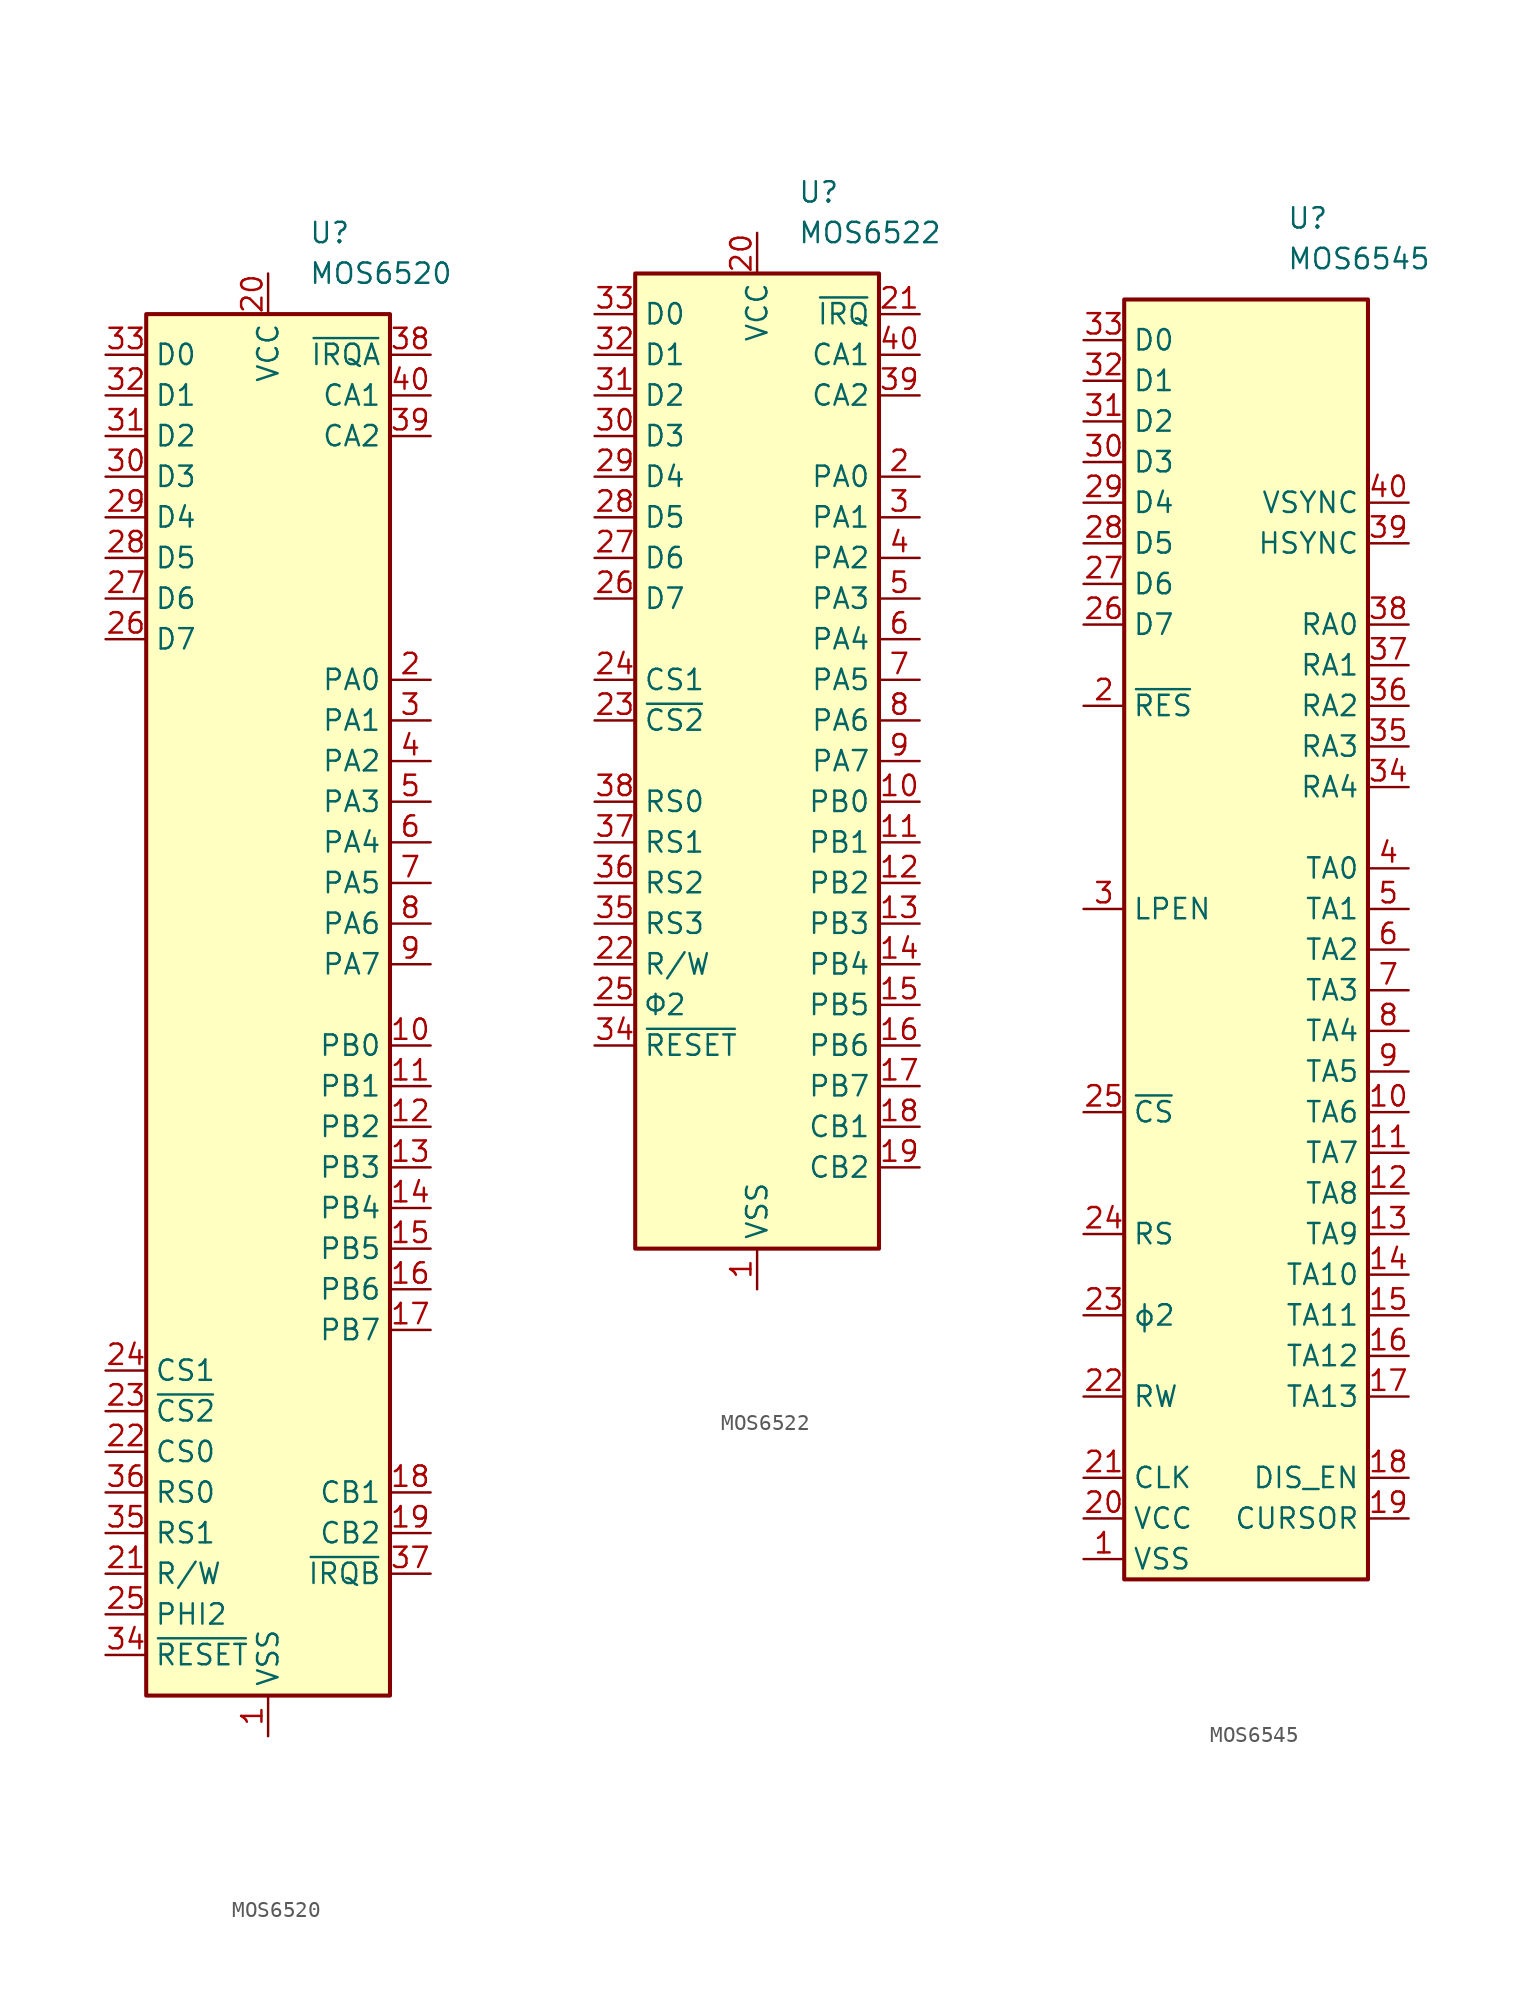
<source format=kicad_sym>
(kicad_symbol_lib
  (version 20220914)
  (generator kicad_symbol_editor)
  (symbol "MOS6520"
    (property "Reference" "U"
      (at 2.54 40.64 0)
      (effects (font (size 1.27 1.27)) (justify left)))
    (property "Value" "MOS6520"
      (at 2.54 38.1 0)
      (effects (font (size 1.27 1.27)) (justify left)))
    (symbol "MOS6520_0_1"
      (rectangle (start -7.62 35.56) (end 7.62 -50.8) (stroke (width 0.254) (type default)) (fill (type background))))
    (symbol "MOS6520_1_1"
      (pin power_in line (at 0 -53.34 90) (length 2.54) (name "VSS" (effects (font (size 1.27 1.27)))) (number "1" (effects (font (size 1.27 1.27)))))
      (pin output line (at 10.16 -10.16 180) (length 2.54) (name "PB0" (effects (font (size 1.27 1.27)))) (number "10" (effects (font (size 1.27 1.27)))))
      (pin output line (at 10.16 -12.7 180) (length 2.54) (name "PB1" (effects (font (size 1.27 1.27)))) (number "11" (effects (font (size 1.27 1.27)))))
      (pin output line (at 10.16 -15.24 180) (length 2.54) (name "PB2" (effects (font (size 1.27 1.27)))) (number "12" (effects (font (size 1.27 1.27)))))
      (pin output line (at 10.16 -17.78 180) (length 2.54) (name "PB3" (effects (font (size 1.27 1.27)))) (number "13" (effects (font (size 1.27 1.27)))))
      (pin output line (at 10.16 -20.32 180) (length 2.54) (name "PB4" (effects (font (size 1.27 1.27)))) (number "14" (effects (font (size 1.27 1.27)))))
      (pin output line (at 10.16 -22.86 180) (length 2.54) (name "PB5" (effects (font (size 1.27 1.27)))) (number "15" (effects (font (size 1.27 1.27)))))
      (pin output line (at 10.16 -25.4 180) (length 2.54) (name "PB6" (effects (font (size 1.27 1.27)))) (number "16" (effects (font (size 1.27 1.27)))))
      (pin output line (at 10.16 -27.94 180) (length 2.54) (name "PB7" (effects (font (size 1.27 1.27)))) (number "17" (effects (font (size 1.27 1.27)))))
      (pin output line (at 10.16 -38.1 180) (length 2.54) (name "CB1" (effects (font (size 1.27 1.27)))) (number "18" (effects (font (size 1.27 1.27)))))
      (pin output line (at 10.16 -40.64 180) (length 2.54) (name "CB2" (effects (font (size 1.27 1.27)))) (number "19" (effects (font (size 1.27 1.27)))))
      (pin output line (at 10.16 12.7 180) (length 2.54) (name "PA0" (effects (font (size 1.27 1.27)))) (number "2" (effects (font (size 1.27 1.27)))))
      (pin power_in line (at 0 38.1 270) (length 2.54) (name "VCC" (effects (font (size 1.27 1.27)))) (number "20" (effects (font (size 1.27 1.27)))))
      (pin output line (at -10.16 -43.18 0) (length 2.54) (name "R/W" (effects (font (size 1.27 1.27)))) (number "21" (effects (font (size 1.27 1.27)))))
      (pin input line (at -10.16 -35.56 0) (length 2.54) (name "CS0" (effects (font (size 1.27 1.27)))) (number "22" (effects (font (size 1.27 1.27)))))
      (pin input line (at -10.16 -33.02 0) (length 2.54) (name "~{CS2}" (effects (font (size 1.27 1.27)))) (number "23" (effects (font (size 1.27 1.27)))))
      (pin input line (at -10.16 -30.48 0) (length 2.54) (name "CS1" (effects (font (size 1.27 1.27)))) (number "24" (effects (font (size 1.27 1.27)))))
      (pin output line (at -10.16 -45.72 0) (length 2.54) (name "PHI2" (effects (font (size 1.27 1.27)))) (number "25" (effects (font (size 1.27 1.27)))))
      (pin bidirectional line (at -10.16 15.24 0) (length 2.54) (name "D7" (effects (font (size 1.27 1.27)))) (number "26" (effects (font (size 1.27 1.27)))))
      (pin bidirectional line (at -10.16 17.78 0) (length 2.54) (name "D6" (effects (font (size 1.27 1.27)))) (number "27" (effects (font (size 1.27 1.27)))))
      (pin bidirectional line (at -10.16 20.32 0) (length 2.54) (name "D5" (effects (font (size 1.27 1.27)))) (number "28" (effects (font (size 1.27 1.27)))))
      (pin bidirectional line (at -10.16 22.86 0) (length 2.54) (name "D4" (effects (font (size 1.27 1.27)))) (number "29" (effects (font (size 1.27 1.27)))))
      (pin output line (at 10.16 10.16 180) (length 2.54) (name "PA1" (effects (font (size 1.27 1.27)))) (number "3" (effects (font (size 1.27 1.27)))))
      (pin bidirectional line (at -10.16 25.4 0) (length 2.54) (name "D3" (effects (font (size 1.27 1.27)))) (number "30" (effects (font (size 1.27 1.27)))))
      (pin bidirectional line (at -10.16 27.94 0) (length 2.54) (name "D2" (effects (font (size 1.27 1.27)))) (number "31" (effects (font (size 1.27 1.27)))))
      (pin bidirectional line (at -10.16 30.48 0) (length 2.54) (name "D1" (effects (font (size 1.27 1.27)))) (number "32" (effects (font (size 1.27 1.27)))))
      (pin bidirectional line (at -10.16 33.02 0) (length 2.54) (name "D0" (effects (font (size 1.27 1.27)))) (number "33" (effects (font (size 1.27 1.27)))))
      (pin output line (at -10.16 -48.26 0) (length 2.54) (name "~{RESET}" (effects (font (size 1.27 1.27)))) (number "34" (effects (font (size 1.27 1.27)))))
      (pin output line (at -10.16 -40.64 0) (length 2.54) (name "RS1" (effects (font (size 1.27 1.27)))) (number "35" (effects (font (size 1.27 1.27)))))
      (pin input line (at -10.16 -38.1 0) (length 2.54) (name "RS0" (effects (font (size 1.27 1.27)))) (number "36" (effects (font (size 1.27 1.27)))))
      (pin output line (at 10.16 -43.18 180) (length 2.54) (name "~{IRQB}" (effects (font (size 1.27 1.27)))) (number "37" (effects (font (size 1.27 1.27)))))
      (pin output line (at 10.16 33.02 180) (length 2.54) (name "~{IRQA}" (effects (font (size 1.27 1.27)))) (number "38" (effects (font (size 1.27 1.27)))))
      (pin output line (at 10.16 27.94 180) (length 2.54) (name "CA2" (effects (font (size 1.27 1.27)))) (number "39" (effects (font (size 1.27 1.27)))))
      (pin output line (at 10.16 7.62 180) (length 2.54) (name "PA2" (effects (font (size 1.27 1.27)))) (number "4" (effects (font (size 1.27 1.27)))))
      (pin output line (at 10.16 30.48 180) (length 2.54) (name "CA1" (effects (font (size 1.27 1.27)))) (number "40" (effects (font (size 1.27 1.27)))))
      (pin output line (at 10.16 5.08 180) (length 2.54) (name "PA3" (effects (font (size 1.27 1.27)))) (number "5" (effects (font (size 1.27 1.27)))))
      (pin output line (at 10.16 2.54 180) (length 2.54) (name "PA4" (effects (font (size 1.27 1.27)))) (number "6" (effects (font (size 1.27 1.27)))))
      (pin output line (at 10.16 0 180) (length 2.54) (name "PA5" (effects (font (size 1.27 1.27)))) (number "7" (effects (font (size 1.27 1.27)))))
      (pin output line (at 10.16 -2.54 180) (length 2.54) (name "PA6" (effects (font (size 1.27 1.27)))) (number "8" (effects (font (size 1.27 1.27)))))
      (pin output line (at 10.16 -5.08 180) (length 2.54) (name "PA7" (effects (font (size 1.27 1.27)))) (number "9" (effects (font (size 1.27 1.27)))))))
  (symbol "MOS6522"
    (property "Reference" "U"
      (at 2.54 40.64 0)
      (effects (font (size 1.27 1.27)) (justify left)))
    (property "Value" "MOS6522"
      (at 2.54 38.1 0)
      (effects (font (size 1.27 1.27)) (justify left)))
    (symbol "MOS6522_0_1"
      (rectangle (start -7.62 35.56) (end 7.62 -25.4) (stroke (width 0.254) (type default)) (fill (type background))))
    (symbol "MOS6522_1_1"
      (pin power_in line (at 0 -27.94 90) (length 2.54) (name "VSS" (effects (font (size 1.27 1.27)))) (number "1" (effects (font (size 1.27 1.27)))))
      (pin output line (at 10.16 2.54 180) (length 2.54) (name "PB0" (effects (font (size 1.27 1.27)))) (number "10" (effects (font (size 1.27 1.27)))))
      (pin output line (at 10.16 0 180) (length 2.54) (name "PB1" (effects (font (size 1.27 1.27)))) (number "11" (effects (font (size 1.27 1.27)))))
      (pin output line (at 10.16 -2.54 180) (length 2.54) (name "PB2" (effects (font (size 1.27 1.27)))) (number "12" (effects (font (size 1.27 1.27)))))
      (pin output line (at 10.16 -5.08 180) (length 2.54) (name "PB3" (effects (font (size 1.27 1.27)))) (number "13" (effects (font (size 1.27 1.27)))))
      (pin output line (at 10.16 -7.62 180) (length 2.54) (name "PB4" (effects (font (size 1.27 1.27)))) (number "14" (effects (font (size 1.27 1.27)))))
      (pin output line (at 10.16 -10.16 180) (length 2.54) (name "PB5" (effects (font (size 1.27 1.27)))) (number "15" (effects (font (size 1.27 1.27)))))
      (pin output line (at 10.16 -12.7 180) (length 2.54) (name "PB6" (effects (font (size 1.27 1.27)))) (number "16" (effects (font (size 1.27 1.27)))))
      (pin output line (at 10.16 -15.24 180) (length 2.54) (name "PB7" (effects (font (size 1.27 1.27)))) (number "17" (effects (font (size 1.27 1.27)))))
      (pin output line (at 10.16 -17.78 180) (length 2.54) (name "CB1" (effects (font (size 1.27 1.27)))) (number "18" (effects (font (size 1.27 1.27)))))
      (pin output line (at 10.16 -20.32 180) (length 2.54) (name "CB2" (effects (font (size 1.27 1.27)))) (number "19" (effects (font (size 1.27 1.27)))))
      (pin output line (at 10.16 22.86 180) (length 2.54) (name "PA0" (effects (font (size 1.27 1.27)))) (number "2" (effects (font (size 1.27 1.27)))))
      (pin power_in line (at 0 38.1 270) (length 2.54) (name "VCC" (effects (font (size 1.27 1.27)))) (number "20" (effects (font (size 1.27 1.27)))))
      (pin output line (at 10.16 33.02 180) (length 2.54) (name "~{IRQ}" (effects (font (size 1.27 1.27)))) (number "21" (effects (font (size 1.27 1.27)))))
      (pin input line (at -10.16 -7.62 0) (length 2.54) (name "R/W" (effects (font (size 1.27 1.27)))) (number "22" (effects (font (size 1.27 1.27)))))
      (pin input line (at -10.16 7.62 0) (length 2.54) (name "~{CS2}" (effects (font (size 1.27 1.27)))) (number "23" (effects (font (size 1.27 1.27)))))
      (pin input line (at -10.16 10.16 0) (length 2.54) (name "CS1" (effects (font (size 1.27 1.27)))) (number "24" (effects (font (size 1.27 1.27)))))
      (pin input line (at -10.16 -10.16 0) (length 2.54) (name "Φ2" (effects (font (size 1.27 1.27)))) (number "25" (effects (font (size 1.27 1.27)))))
      (pin bidirectional line (at -10.16 15.24 0) (length 2.54) (name "D7" (effects (font (size 1.27 1.27)))) (number "26" (effects (font (size 1.27 1.27)))))
      (pin bidirectional line (at -10.16 17.78 0) (length 2.54) (name "D6" (effects (font (size 1.27 1.27)))) (number "27" (effects (font (size 1.27 1.27)))))
      (pin bidirectional line (at -10.16 20.32 0) (length 2.54) (name "D5" (effects (font (size 1.27 1.27)))) (number "28" (effects (font (size 1.27 1.27)))))
      (pin bidirectional line (at -10.16 22.86 0) (length 2.54) (name "D4" (effects (font (size 1.27 1.27)))) (number "29" (effects (font (size 1.27 1.27)))))
      (pin output line (at 10.16 20.32 180) (length 2.54) (name "PA1" (effects (font (size 1.27 1.27)))) (number "3" (effects (font (size 1.27 1.27)))))
      (pin bidirectional line (at -10.16 25.4 0) (length 2.54) (name "D3" (effects (font (size 1.27 1.27)))) (number "30" (effects (font (size 1.27 1.27)))))
      (pin bidirectional line (at -10.16 27.94 0) (length 2.54) (name "D2" (effects (font (size 1.27 1.27)))) (number "31" (effects (font (size 1.27 1.27)))))
      (pin bidirectional line (at -10.16 30.48 0) (length 2.54) (name "D1" (effects (font (size 1.27 1.27)))) (number "32" (effects (font (size 1.27 1.27)))))
      (pin bidirectional line (at -10.16 33.02 0) (length 2.54) (name "D0" (effects (font (size 1.27 1.27)))) (number "33" (effects (font (size 1.27 1.27)))))
      (pin output line (at -10.16 -12.7 0) (length 2.54) (name "~{RESET}" (effects (font (size 1.27 1.27)))) (number "34" (effects (font (size 1.27 1.27)))))
      (pin output line (at -10.16 -5.08 0) (length 2.54) (name "RS3" (effects (font (size 1.27 1.27)))) (number "35" (effects (font (size 1.27 1.27)))))
      (pin output line (at -10.16 -2.54 0) (length 2.54) (name "RS2" (effects (font (size 1.27 1.27)))) (number "36" (effects (font (size 1.27 1.27)))))
      (pin output line (at -10.16 0 0) (length 2.54) (name "RS1" (effects (font (size 1.27 1.27)))) (number "37" (effects (font (size 1.27 1.27)))))
      (pin input line (at -10.16 2.54 0) (length 2.54) (name "RS0" (effects (font (size 1.27 1.27)))) (number "38" (effects (font (size 1.27 1.27)))))
      (pin output line (at 10.16 27.94 180) (length 2.54) (name "CA2" (effects (font (size 1.27 1.27)))) (number "39" (effects (font (size 1.27 1.27)))))
      (pin output line (at 10.16 17.78 180) (length 2.54) (name "PA2" (effects (font (size 1.27 1.27)))) (number "4" (effects (font (size 1.27 1.27)))))
      (pin output line (at 10.16 30.48 180) (length 2.54) (name "CA1" (effects (font (size 1.27 1.27)))) (number "40" (effects (font (size 1.27 1.27)))))
      (pin output line (at 10.16 15.24 180) (length 2.54) (name "PA3" (effects (font (size 1.27 1.27)))) (number "5" (effects (font (size 1.27 1.27)))))
      (pin output line (at 10.16 12.7 180) (length 2.54) (name "PA4" (effects (font (size 1.27 1.27)))) (number "6" (effects (font (size 1.27 1.27)))))
      (pin output line (at 10.16 10.16 180) (length 2.54) (name "PA5" (effects (font (size 1.27 1.27)))) (number "7" (effects (font (size 1.27 1.27)))))
      (pin output line (at 10.16 7.62 180) (length 2.54) (name "PA6" (effects (font (size 1.27 1.27)))) (number "8" (effects (font (size 1.27 1.27)))))
      (pin output line (at 10.16 5.08 180) (length 2.54) (name "PA7" (effects (font (size 1.27 1.27)))) (number "9" (effects (font (size 1.27 1.27)))))))
  (symbol "MOS6545"
    (property "Reference" "U"
      (at 2.54 40.64 0)
      (effects (font (size 1.27 1.27)) (justify left)))
    (property "Value" "MOS6545"
      (at 2.54 38.1 0)
      (effects (font (size 1.27 1.27)) (justify left)))
    (symbol "MOS6545_0_1"
      (rectangle (start -7.62 35.56) (end 7.62 -44.45) (stroke (width 0.254) (type default)) (fill (type background))))
    (symbol "MOS6545_1_1"
      (pin power_in line (at -10.16 -43.18 0) (length 2.54) (name "VSS" (effects (font (size 1.27 1.27)))) (number "1" (effects (font (size 1.27 1.27)))))
      (pin output line (at 10.16 -15.24 180) (length 2.54) (name "TA6" (effects (font (size 1.27 1.27)))) (number "10" (effects (font (size 1.27 1.27)))))
      (pin output line (at 10.16 -17.78 180) (length 2.54) (name "TA7" (effects (font (size 1.27 1.27)))) (number "11" (effects (font (size 1.27 1.27)))))
      (pin output line (at 10.16 -20.32 180) (length 2.54) (name "TA8" (effects (font (size 1.27 1.27)))) (number "12" (effects (font (size 1.27 1.27)))))
      (pin output line (at 10.16 -22.86 180) (length 2.54) (name "TA9" (effects (font (size 1.27 1.27)))) (number "13" (effects (font (size 1.27 1.27)))))
      (pin output line (at 10.16 -25.4 180) (length 2.54) (name "TA10" (effects (font (size 1.27 1.27)))) (number "14" (effects (font (size 1.27 1.27)))))
      (pin output line (at 10.16 -27.94 180) (length 2.54) (name "TA11" (effects (font (size 1.27 1.27)))) (number "15" (effects (font (size 1.27 1.27)))))
      (pin output line (at 10.16 -30.48 180) (length 2.54) (name "TA12" (effects (font (size 1.27 1.27)))) (number "16" (effects (font (size 1.27 1.27)))))
      (pin output line (at 10.16 -33.02 180) (length 2.54) (name "TA13" (effects (font (size 1.27 1.27)))) (number "17" (effects (font (size 1.27 1.27)))))
      (pin output line (at 10.16 -38.1 180) (length 2.54) (name "DIS_EN" (effects (font (size 1.27 1.27)))) (number "18" (effects (font (size 1.27 1.27)))))
      (pin output line (at 10.16 -40.64 180) (length 2.54) (name "CURSOR" (effects (font (size 1.27 1.27)))) (number "19" (effects (font (size 1.27 1.27)))))
      (pin input line (at -10.16 10.16 0) (length 2.54) (name "~{RES}" (effects (font (size 1.27 1.27)))) (number "2" (effects (font (size 1.27 1.27)))))
      (pin power_in line (at -10.16 -40.64 0) (length 2.54) (name "VCC" (effects (font (size 1.27 1.27)))) (number "20" (effects (font (size 1.27 1.27)))))
      (pin input line (at -10.16 -38.1 0) (length 2.54) (name "CLK" (effects (font (size 1.27 1.27)))) (number "21" (effects (font (size 1.27 1.27)))))
      (pin input line (at -10.16 -33.02 0) (length 2.54) (name "RW" (effects (font (size 1.27 1.27)))) (number "22" (effects (font (size 1.27 1.27)))))
      (pin input line (at -10.16 -27.94 0) (length 2.54) (name "ϕ2" (effects (font (size 1.27 1.27)))) (number "23" (effects (font (size 1.27 1.27)))))
      (pin input line (at -10.16 -22.86 0) (length 2.54) (name "RS" (effects (font (size 1.27 1.27)))) (number "24" (effects (font (size 1.27 1.27)))))
      (pin input line (at -10.16 -15.24 0) (length 2.54) (name "~{CS}" (effects (font (size 1.27 1.27)))) (number "25" (effects (font (size 1.27 1.27)))))
      (pin bidirectional line (at -10.16 15.24 0) (length 2.54) (name "D7" (effects (font (size 1.27 1.27)))) (number "26" (effects (font (size 1.27 1.27)))))
      (pin bidirectional line (at -10.16 17.78 0) (length 2.54) (name "D6" (effects (font (size 1.27 1.27)))) (number "27" (effects (font (size 1.27 1.27)))))
      (pin bidirectional line (at -10.16 20.32 0) (length 2.54) (name "D5" (effects (font (size 1.27 1.27)))) (number "28" (effects (font (size 1.27 1.27)))))
      (pin bidirectional line (at -10.16 22.86 0) (length 2.54) (name "D4" (effects (font (size 1.27 1.27)))) (number "29" (effects (font (size 1.27 1.27)))))
      (pin input line (at -10.16 -2.54 0) (length 2.54) (name "LPEN" (effects (font (size 1.27 1.27)))) (number "3" (effects (font (size 1.27 1.27)))))
      (pin bidirectional line (at -10.16 25.4 0) (length 2.54) (name "D3" (effects (font (size 1.27 1.27)))) (number "30" (effects (font (size 1.27 1.27)))))
      (pin bidirectional line (at -10.16 27.94 0) (length 2.54) (name "D2" (effects (font (size 1.27 1.27)))) (number "31" (effects (font (size 1.27 1.27)))))
      (pin bidirectional line (at -10.16 30.48 0) (length 2.54) (name "D1" (effects (font (size 1.27 1.27)))) (number "32" (effects (font (size 1.27 1.27)))))
      (pin bidirectional line (at -10.16 33.02 0) (length 2.54) (name "D0" (effects (font (size 1.27 1.27)))) (number "33" (effects (font (size 1.27 1.27)))))
      (pin output line (at 10.16 5.08 180) (length 2.54) (name "RA4" (effects (font (size 1.27 1.27)))) (number "34" (effects (font (size 1.27 1.27)))))
      (pin output line (at 10.16 7.62 180) (length 2.54) (name "RA3" (effects (font (size 1.27 1.27)))) (number "35" (effects (font (size 1.27 1.27)))))
      (pin output line (at 10.16 10.16 180) (length 2.54) (name "RA2" (effects (font (size 1.27 1.27)))) (number "36" (effects (font (size 1.27 1.27)))))
      (pin output line (at 10.16 12.7 180) (length 2.54) (name "RA1" (effects (font (size 1.27 1.27)))) (number "37" (effects (font (size 1.27 1.27)))))
      (pin output line (at 10.16 15.24 180) (length 2.54) (name "RA0" (effects (font (size 1.27 1.27)))) (number "38" (effects (font (size 1.27 1.27)))))
      (pin output line (at 10.16 20.32 180) (length 2.54) (name "HSYNC" (effects (font (size 1.27 1.27)))) (number "39" (effects (font (size 1.27 1.27)))))
      (pin output line (at 10.16 0 180) (length 2.54) (name "TA0" (effects (font (size 1.27 1.27)))) (number "4" (effects (font (size 1.27 1.27)))))
      (pin output line (at 10.16 22.86 180) (length 2.54) (name "VSYNC" (effects (font (size 1.27 1.27)))) (number "40" (effects (font (size 1.27 1.27)))))
      (pin output line (at 10.16 -2.54 180) (length 2.54) (name "TA1" (effects (font (size 1.27 1.27)))) (number "5" (effects (font (size 1.27 1.27)))))
      (pin output line (at 10.16 -5.08 180) (length 2.54) (name "TA2" (effects (font (size 1.27 1.27)))) (number "6" (effects (font (size 1.27 1.27)))))
      (pin output line (at 10.16 -7.62 180) (length 2.54) (name "TA3" (effects (font (size 1.27 1.27)))) (number "7" (effects (font (size 1.27 1.27)))))
      (pin output line (at 10.16 -10.16 180) (length 2.54) (name "TA4" (effects (font (size 1.27 1.27)))) (number "8" (effects (font (size 1.27 1.27)))))
      (pin output line (at 10.16 -12.7 180) (length 2.54) (name "TA5" (effects (font (size 1.27 1.27)))) (number "9" (effects (font (size 1.27 1.27))))))))
</source>
